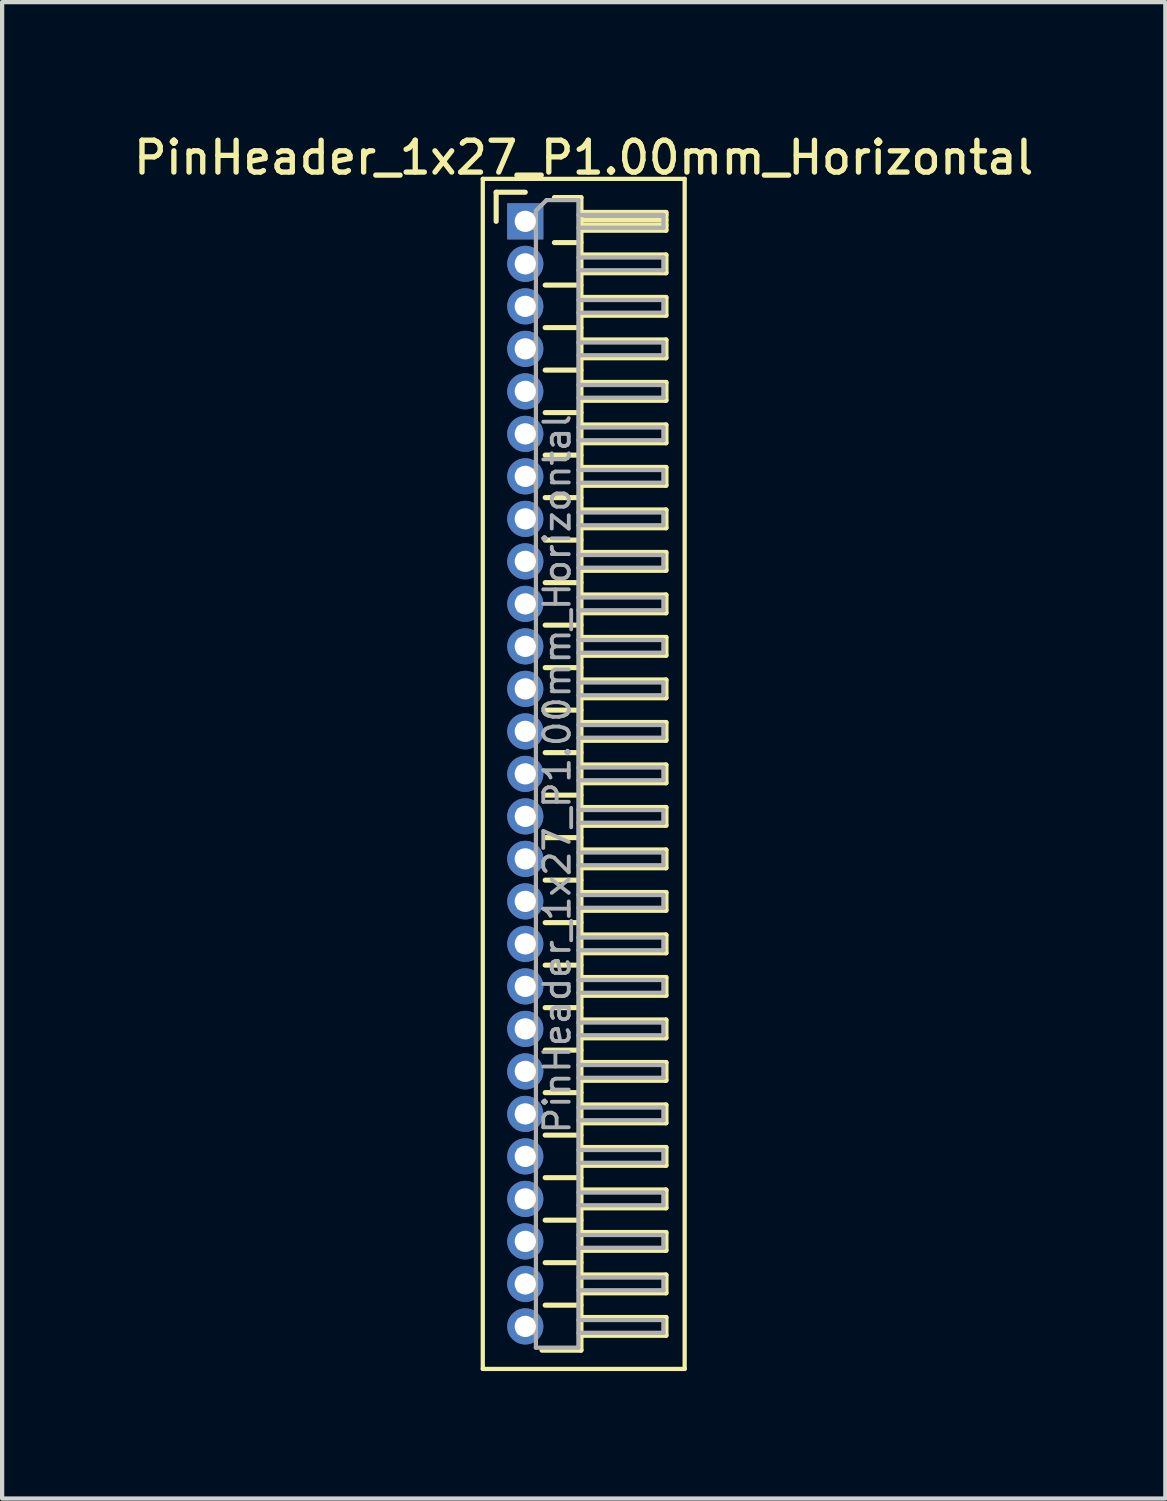
<source format=kicad_pcb>
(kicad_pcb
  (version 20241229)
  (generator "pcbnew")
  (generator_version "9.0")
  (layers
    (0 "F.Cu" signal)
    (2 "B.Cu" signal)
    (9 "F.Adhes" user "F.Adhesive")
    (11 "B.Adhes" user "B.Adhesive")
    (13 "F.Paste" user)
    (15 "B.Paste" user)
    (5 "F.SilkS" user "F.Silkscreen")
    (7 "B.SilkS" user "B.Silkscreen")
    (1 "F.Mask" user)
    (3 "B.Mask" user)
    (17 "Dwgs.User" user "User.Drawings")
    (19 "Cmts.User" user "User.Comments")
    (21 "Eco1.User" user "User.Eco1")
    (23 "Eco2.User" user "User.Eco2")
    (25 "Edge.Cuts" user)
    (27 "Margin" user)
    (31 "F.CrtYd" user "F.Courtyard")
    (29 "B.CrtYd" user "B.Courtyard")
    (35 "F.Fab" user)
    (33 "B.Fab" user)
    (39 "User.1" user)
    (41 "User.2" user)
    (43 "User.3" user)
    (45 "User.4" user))
  (footprint "PinHeader_1x27_P1.00mm_Horizontal"
    (layer "F.Cu")
    (at 9.309 2.158)
    (property "Reference" "PinHeader_1x27_P1.00mm_Horizontal" (at 1.375 -1.5 0) (layer "F.SilkS") (effects (font (size 0.75 0.75) (thickness 0.125))))
    (attr through_hole)
    (fp_line (start -1 -1) (end -1 27) (stroke (width 0.1) (type solid)) (layer "F.SilkS"))
    (fp_line (start -1 27) (end 3.75 27) (stroke (width 0.1) (type solid)) (layer "F.SilkS"))
    (fp_line (start -0.685 -0.685) (end 0 -0.685) (stroke (width 0.12) (type solid)) (layer "F.SilkS"))
    (fp_line (start -0.685 0) (end -0.685 -0.685) (stroke (width 0.12) (type solid)) (layer "F.SilkS"))
    (fp_line (start 0.468 1.5) (end 1.31 1.5) (stroke (width 0.12) (type solid)) (layer "F.SilkS"))
    (fp_line (start 0.468 2.5) (end 1.31 2.5) (stroke (width 0.12) (type solid)) (layer "F.SilkS"))
    (fp_line (start 0.468 3.5) (end 1.31 3.5) (stroke (width 0.12) (type solid)) (layer "F.SilkS"))
    (fp_line (start 0.468 4.5) (end 1.31 4.5) (stroke (width 0.12) (type solid)) (layer "F.SilkS"))
    (fp_line (start 0.468 5.5) (end 1.31 5.5) (stroke (width 0.12) (type solid)) (layer "F.SilkS"))
    (fp_line (start 0.468 6.5) (end 1.31 6.5) (stroke (width 0.12) (type solid)) (layer "F.SilkS"))
    (fp_line (start 0.468 7.5) (end 1.31 7.5) (stroke (width 0.12) (type solid)) (layer "F.SilkS"))
    (fp_line (start 0.468 8.5) (end 1.31 8.5) (stroke (width 0.12) (type solid)) (layer "F.SilkS"))
    (fp_line (start 0.468 9.5) (end 1.31 9.5) (stroke (width 0.12) (type solid)) (layer "F.SilkS"))
    (fp_line (start 0.468 10.5) (end 1.31 10.5) (stroke (width 0.12) (type solid)) (layer "F.SilkS"))
    (fp_line (start 0.468 11.5) (end 1.31 11.5) (stroke (width 0.12) (type solid)) (layer "F.SilkS"))
    (fp_line (start 0.468 12.5) (end 1.31 12.5) (stroke (width 0.12) (type solid)) (layer "F.SilkS"))
    (fp_line (start 0.468 13.5) (end 1.31 13.5) (stroke (width 0.12) (type solid)) (layer "F.SilkS"))
    (fp_line (start 0.468 14.5) (end 1.31 14.5) (stroke (width 0.12) (type solid)) (layer "F.SilkS"))
    (fp_line (start 0.468 15.5) (end 1.31 15.5) (stroke (width 0.12) (type solid)) (layer "F.SilkS"))
    (fp_line (start 0.468 16.5) (end 1.31 16.5) (stroke (width 0.12) (type solid)) (layer "F.SilkS"))
    (fp_line (start 0.468 17.5) (end 1.31 17.5) (stroke (width 0.12) (type solid)) (layer "F.SilkS"))
    (fp_line (start 0.468 18.5) (end 1.31 18.5) (stroke (width 0.12) (type solid)) (layer "F.SilkS"))
    (fp_line (start 0.468 19.5) (end 1.31 19.5) (stroke (width 0.12) (type solid)) (layer "F.SilkS"))
    (fp_line (start 0.468 20.5) (end 1.31 20.5) (stroke (width 0.12) (type solid)) (layer "F.SilkS"))
    (fp_line (start 0.468 21.5) (end 1.31 21.5) (stroke (width 0.12) (type solid)) (layer "F.SilkS"))
    (fp_line (start 0.468 22.5) (end 1.31 22.5) (stroke (width 0.12) (type solid)) (layer "F.SilkS"))
    (fp_line (start 0.468 23.5) (end 1.31 23.5) (stroke (width 0.12) (type solid)) (layer "F.SilkS"))
    (fp_line (start 0.468 24.5) (end 1.31 24.5) (stroke (width 0.12) (type solid)) (layer "F.SilkS"))
    (fp_line (start 0.468 25.5) (end 1.31 25.5) (stroke (width 0.12) (type solid)) (layer "F.SilkS"))
    (fp_line (start 0.685 -0.56) (end 1.31 -0.56) (stroke (width 0.12) (type solid)) (layer "F.SilkS"))
    (fp_line (start 0.685 0.5) (end 1.31 0.5) (stroke (width 0.12) (type solid)) (layer "F.SilkS"))
    (fp_line (start 1.31 -0.56) (end 1.31 26.56) (stroke (width 0.12) (type solid)) (layer "F.SilkS"))
    (fp_line (start 1.31 -0.21) (end 3.31 -0.21) (stroke (width 0.12) (type solid)) (layer "F.SilkS"))
    (fp_line (start 1.31 -0.15) (end 3.31 -0.15) (stroke (width 0.12) (type solid)) (layer "F.SilkS"))
    (fp_line (start 1.31 -0.03) (end 3.31 -0.03) (stroke (width 0.12) (type solid)) (layer "F.SilkS"))
    (fp_line (start 1.31 0.09) (end 3.31 0.09) (stroke (width 0.12) (type solid)) (layer "F.SilkS"))
    (fp_line (start 1.31 0.79) (end 3.31 0.79) (stroke (width 0.12) (type solid)) (layer "F.SilkS"))
    (fp_line (start 1.31 1.79) (end 3.31 1.79) (stroke (width 0.12) (type solid)) (layer "F.SilkS"))
    (fp_line (start 1.31 2.79) (end 3.31 2.79) (stroke (width 0.12) (type solid)) (layer "F.SilkS"))
    (fp_line (start 1.31 3.79) (end 3.31 3.79) (stroke (width 0.12) (type solid)) (layer "F.SilkS"))
    (fp_line (start 1.31 4.79) (end 3.31 4.79) (stroke (width 0.12) (type solid)) (layer "F.SilkS"))
    (fp_line (start 1.31 5.79) (end 3.31 5.79) (stroke (width 0.12) (type solid)) (layer "F.SilkS"))
    (fp_line (start 1.31 6.79) (end 3.31 6.79) (stroke (width 0.12) (type solid)) (layer "F.SilkS"))
    (fp_line (start 1.31 7.79) (end 3.31 7.79) (stroke (width 0.12) (type solid)) (layer "F.SilkS"))
    (fp_line (start 1.31 8.79) (end 3.31 8.79) (stroke (width 0.12) (type solid)) (layer "F.SilkS"))
    (fp_line (start 1.31 9.79) (end 3.31 9.79) (stroke (width 0.12) (type solid)) (layer "F.SilkS"))
    (fp_line (start 1.31 10.79) (end 3.31 10.79) (stroke (width 0.12) (type solid)) (layer "F.SilkS"))
    (fp_line (start 1.31 11.79) (end 3.31 11.79) (stroke (width 0.12) (type solid)) (layer "F.SilkS"))
    (fp_line (start 1.31 12.79) (end 3.31 12.79) (stroke (width 0.12) (type solid)) (layer "F.SilkS"))
    (fp_line (start 1.31 13.79) (end 3.31 13.79) (stroke (width 0.12) (type solid)) (layer "F.SilkS"))
    (fp_line (start 1.31 14.79) (end 3.31 14.79) (stroke (width 0.12) (type solid)) (layer "F.SilkS"))
    (fp_line (start 1.31 15.79) (end 3.31 15.79) (stroke (width 0.12) (type solid)) (layer "F.SilkS"))
    (fp_line (start 1.31 16.79) (end 3.31 16.79) (stroke (width 0.12) (type solid)) (layer "F.SilkS"))
    (fp_line (start 1.31 17.79) (end 3.31 17.79) (stroke (width 0.12) (type solid)) (layer "F.SilkS"))
    (fp_line (start 1.31 18.79) (end 3.31 18.79) (stroke (width 0.12) (type solid)) (layer "F.SilkS"))
    (fp_line (start 1.31 19.79) (end 3.31 19.79) (stroke (width 0.12) (type solid)) (layer "F.SilkS"))
    (fp_line (start 1.31 20.79) (end 3.31 20.79) (stroke (width 0.12) (type solid)) (layer "F.SilkS"))
    (fp_line (start 1.31 21.79) (end 3.31 21.79) (stroke (width 0.12) (type solid)) (layer "F.SilkS"))
    (fp_line (start 1.31 22.79) (end 3.31 22.79) (stroke (width 0.12) (type solid)) (layer "F.SilkS"))
    (fp_line (start 1.31 23.79) (end 3.31 23.79) (stroke (width 0.12) (type solid)) (layer "F.SilkS"))
    (fp_line (start 1.31 24.79) (end 3.31 24.79) (stroke (width 0.12) (type solid)) (layer "F.SilkS"))
    (fp_line (start 1.31 25.79) (end 3.31 25.79) (stroke (width 0.12) (type solid)) (layer "F.SilkS"))
    (fp_line (start 1.31 26.56) (end 0.394 26.56) (stroke (width 0.12) (type solid)) (layer "F.SilkS"))
    (fp_line (start 3.31 -0.21) (end 3.31 0.21) (stroke (width 0.12) (type solid)) (layer "F.SilkS"))
    (fp_line (start 3.31 0.21) (end 1.31 0.21) (stroke (width 0.12) (type solid)) (layer "F.SilkS"))
    (fp_line (start 3.31 0.79) (end 3.31 1.21) (stroke (width 0.12) (type solid)) (layer "F.SilkS"))
    (fp_line (start 3.31 1.21) (end 1.31 1.21) (stroke (width 0.12) (type solid)) (layer "F.SilkS"))
    (fp_line (start 3.31 1.79) (end 3.31 2.21) (stroke (width 0.12) (type solid)) (layer "F.SilkS"))
    (fp_line (start 3.31 2.21) (end 1.31 2.21) (stroke (width 0.12) (type solid)) (layer "F.SilkS"))
    (fp_line (start 3.31 2.79) (end 3.31 3.21) (stroke (width 0.12) (type solid)) (layer "F.SilkS"))
    (fp_line (start 3.31 3.21) (end 1.31 3.21) (stroke (width 0.12) (type solid)) (layer "F.SilkS"))
    (fp_line (start 3.31 3.79) (end 3.31 4.21) (stroke (width 0.12) (type solid)) (layer "F.SilkS"))
    (fp_line (start 3.31 4.21) (end 1.31 4.21) (stroke (width 0.12) (type solid)) (layer "F.SilkS"))
    (fp_line (start 3.31 4.79) (end 3.31 5.21) (stroke (width 0.12) (type solid)) (layer "F.SilkS"))
    (fp_line (start 3.31 5.21) (end 1.31 5.21) (stroke (width 0.12) (type solid)) (layer "F.SilkS"))
    (fp_line (start 3.31 5.79) (end 3.31 6.21) (stroke (width 0.12) (type solid)) (layer "F.SilkS"))
    (fp_line (start 3.31 6.21) (end 1.31 6.21) (stroke (width 0.12) (type solid)) (layer "F.SilkS"))
    (fp_line (start 3.31 6.79) (end 3.31 7.21) (stroke (width 0.12) (type solid)) (layer "F.SilkS"))
    (fp_line (start 3.31 7.21) (end 1.31 7.21) (stroke (width 0.12) (type solid)) (layer "F.SilkS"))
    (fp_line (start 3.31 7.79) (end 3.31 8.21) (stroke (width 0.12) (type solid)) (layer "F.SilkS"))
    (fp_line (start 3.31 8.21) (end 1.31 8.21) (stroke (width 0.12) (type solid)) (layer "F.SilkS"))
    (fp_line (start 3.31 8.79) (end 3.31 9.21) (stroke (width 0.12) (type solid)) (layer "F.SilkS"))
    (fp_line (start 3.31 9.21) (end 1.31 9.21) (stroke (width 0.12) (type solid)) (layer "F.SilkS"))
    (fp_line (start 3.31 9.79) (end 3.31 10.21) (stroke (width 0.12) (type solid)) (layer "F.SilkS"))
    (fp_line (start 3.31 10.21) (end 1.31 10.21) (stroke (width 0.12) (type solid)) (layer "F.SilkS"))
    (fp_line (start 3.31 10.79) (end 3.31 11.21) (stroke (width 0.12) (type solid)) (layer "F.SilkS"))
    (fp_line (start 3.31 11.21) (end 1.31 11.21) (stroke (width 0.12) (type solid)) (layer "F.SilkS"))
    (fp_line (start 3.31 11.79) (end 3.31 12.21) (stroke (width 0.12) (type solid)) (layer "F.SilkS"))
    (fp_line (start 3.31 12.21) (end 1.31 12.21) (stroke (width 0.12) (type solid)) (layer "F.SilkS"))
    (fp_line (start 3.31 12.79) (end 3.31 13.21) (stroke (width 0.12) (type solid)) (layer "F.SilkS"))
    (fp_line (start 3.31 13.21) (end 1.31 13.21) (stroke (width 0.12) (type solid)) (layer "F.SilkS"))
    (fp_line (start 3.31 13.79) (end 3.31 14.21) (stroke (width 0.12) (type solid)) (layer "F.SilkS"))
    (fp_line (start 3.31 14.21) (end 1.31 14.21) (stroke (width 0.12) (type solid)) (layer "F.SilkS"))
    (fp_line (start 3.31 14.79) (end 3.31 15.21) (stroke (width 0.12) (type solid)) (layer "F.SilkS"))
    (fp_line (start 3.31 15.21) (end 1.31 15.21) (stroke (width 0.12) (type solid)) (layer "F.SilkS"))
    (fp_line (start 3.31 15.79) (end 3.31 16.21) (stroke (width 0.12) (type solid)) (layer "F.SilkS"))
    (fp_line (start 3.31 16.21) (end 1.31 16.21) (stroke (width 0.12) (type solid)) (layer "F.SilkS"))
    (fp_line (start 3.31 16.79) (end 3.31 17.21) (stroke (width 0.12) (type solid)) (layer "F.SilkS"))
    (fp_line (start 3.31 17.21) (end 1.31 17.21) (stroke (width 0.12) (type solid)) (layer "F.SilkS"))
    (fp_line (start 3.31 17.79) (end 3.31 18.21) (stroke (width 0.12) (type solid)) (layer "F.SilkS"))
    (fp_line (start 3.31 18.21) (end 1.31 18.21) (stroke (width 0.12) (type solid)) (layer "F.SilkS"))
    (fp_line (start 3.31 18.79) (end 3.31 19.21) (stroke (width 0.12) (type solid)) (layer "F.SilkS"))
    (fp_line (start 3.31 19.21) (end 1.31 19.21) (stroke (width 0.12) (type solid)) (layer "F.SilkS"))
    (fp_line (start 3.31 19.79) (end 3.31 20.21) (stroke (width 0.12) (type solid)) (layer "F.SilkS"))
    (fp_line (start 3.31 20.21) (end 1.31 20.21) (stroke (width 0.12) (type solid)) (layer "F.SilkS"))
    (fp_line (start 3.31 20.79) (end 3.31 21.21) (stroke (width 0.12) (type solid)) (layer "F.SilkS"))
    (fp_line (start 3.31 21.21) (end 1.31 21.21) (stroke (width 0.12) (type solid)) (layer "F.SilkS"))
    (fp_line (start 3.31 21.79) (end 3.31 22.21) (stroke (width 0.12) (type solid)) (layer "F.SilkS"))
    (fp_line (start 3.31 22.21) (end 1.31 22.21) (stroke (width 0.12) (type solid)) (layer "F.SilkS"))
    (fp_line (start 3.31 22.79) (end 3.31 23.21) (stroke (width 0.12) (type solid)) (layer "F.SilkS"))
    (fp_line (start 3.31 23.21) (end 1.31 23.21) (stroke (width 0.12) (type solid)) (layer "F.SilkS"))
    (fp_line (start 3.31 23.79) (end 3.31 24.21) (stroke (width 0.12) (type solid)) (layer "F.SilkS"))
    (fp_line (start 3.31 24.21) (end 1.31 24.21) (stroke (width 0.12) (type solid)) (layer "F.SilkS"))
    (fp_line (start 3.31 24.79) (end 3.31 25.21) (stroke (width 0.12) (type solid)) (layer "F.SilkS"))
    (fp_line (start 3.31 25.21) (end 1.31 25.21) (stroke (width 0.12) (type solid)) (layer "F.SilkS"))
    (fp_line (start 3.31 25.79) (end 3.31 26.21) (stroke (width 0.12) (type solid)) (layer "F.SilkS"))
    (fp_line (start 3.31 26.21) (end 1.31 26.21) (stroke (width 0.12) (type solid)) (layer "F.SilkS"))
    (fp_line (start 3.75 -1) (end -1 -1) (stroke (width 0.1) (type solid)) (layer "F.SilkS"))
    (fp_line (start 3.75 27) (end 3.75 -1) (stroke (width 0.1) (type solid)) (layer "F.SilkS"))
    (fp_line (start -0.15 -0.15) (end -0.15 0.15) (stroke (width 0.1) (type solid)) (layer "F.Fab"))
    (fp_line (start -0.15 -0.15) (end 0.25 -0.15) (stroke (width 0.1) (type solid)) (layer "F.Fab"))
    (fp_line (start -0.15 0.15) (end 0.25 0.15) (stroke (width 0.1) (type solid)) (layer "F.Fab"))
    (fp_line (start -0.15 0.85) (end -0.15 1.15) (stroke (width 0.1) (type solid)) (layer "F.Fab"))
    (fp_line (start -0.15 0.85) (end 0.25 0.85) (stroke (width 0.1) (type solid)) (layer "F.Fab"))
    (fp_line (start -0.15 1.15) (end 0.25 1.15) (stroke (width 0.1) (type solid)) (layer "F.Fab"))
    (fp_line (start -0.15 1.85) (end -0.15 2.15) (stroke (width 0.1) (type solid)) (layer "F.Fab"))
    (fp_line (start -0.15 1.85) (end 0.25 1.85) (stroke (width 0.1) (type solid)) (layer "F.Fab"))
    (fp_line (start -0.15 2.15) (end 0.25 2.15) (stroke (width 0.1) (type solid)) (layer "F.Fab"))
    (fp_line (start -0.15 2.85) (end -0.15 3.15) (stroke (width 0.1) (type solid)) (layer "F.Fab"))
    (fp_line (start -0.15 2.85) (end 0.25 2.85) (stroke (width 0.1) (type solid)) (layer "F.Fab"))
    (fp_line (start -0.15 3.15) (end 0.25 3.15) (stroke (width 0.1) (type solid)) (layer "F.Fab"))
    (fp_line (start -0.15 3.85) (end -0.15 4.15) (stroke (width 0.1) (type solid)) (layer "F.Fab"))
    (fp_line (start -0.15 3.85) (end 0.25 3.85) (stroke (width 0.1) (type solid)) (layer "F.Fab"))
    (fp_line (start -0.15 4.15) (end 0.25 4.15) (stroke (width 0.1) (type solid)) (layer "F.Fab"))
    (fp_line (start -0.15 4.85) (end -0.15 5.15) (stroke (width 0.1) (type solid)) (layer "F.Fab"))
    (fp_line (start -0.15 4.85) (end 0.25 4.85) (stroke (width 0.1) (type solid)) (layer "F.Fab"))
    (fp_line (start -0.15 5.15) (end 0.25 5.15) (stroke (width 0.1) (type solid)) (layer "F.Fab"))
    (fp_line (start -0.15 5.85) (end -0.15 6.15) (stroke (width 0.1) (type solid)) (layer "F.Fab"))
    (fp_line (start -0.15 5.85) (end 0.25 5.85) (stroke (width 0.1) (type solid)) (layer "F.Fab"))
    (fp_line (start -0.15 6.15) (end 0.25 6.15) (stroke (width 0.1) (type solid)) (layer "F.Fab"))
    (fp_line (start -0.15 6.85) (end -0.15 7.15) (stroke (width 0.1) (type solid)) (layer "F.Fab"))
    (fp_line (start -0.15 6.85) (end 0.25 6.85) (stroke (width 0.1) (type solid)) (layer "F.Fab"))
    (fp_line (start -0.15 7.15) (end 0.25 7.15) (stroke (width 0.1) (type solid)) (layer "F.Fab"))
    (fp_line (start -0.15 7.85) (end -0.15 8.15) (stroke (width 0.1) (type solid)) (layer "F.Fab"))
    (fp_line (start -0.15 7.85) (end 0.25 7.85) (stroke (width 0.1) (type solid)) (layer "F.Fab"))
    (fp_line (start -0.15 8.15) (end 0.25 8.15) (stroke (width 0.1) (type solid)) (layer "F.Fab"))
    (fp_line (start -0.15 8.85) (end -0.15 9.15) (stroke (width 0.1) (type solid)) (layer "F.Fab"))
    (fp_line (start -0.15 8.85) (end 0.25 8.85) (stroke (width 0.1) (type solid)) (layer "F.Fab"))
    (fp_line (start -0.15 9.15) (end 0.25 9.15) (stroke (width 0.1) (type solid)) (layer "F.Fab"))
    (fp_line (start -0.15 9.85) (end -0.15 10.15) (stroke (width 0.1) (type solid)) (layer "F.Fab"))
    (fp_line (start -0.15 9.85) (end 0.25 9.85) (stroke (width 0.1) (type solid)) (layer "F.Fab"))
    (fp_line (start -0.15 10.15) (end 0.25 10.15) (stroke (width 0.1) (type solid)) (layer "F.Fab"))
    (fp_line (start -0.15 10.85) (end -0.15 11.15) (stroke (width 0.1) (type solid)) (layer "F.Fab"))
    (fp_line (start -0.15 10.85) (end 0.25 10.85) (stroke (width 0.1) (type solid)) (layer "F.Fab"))
    (fp_line (start -0.15 11.15) (end 0.25 11.15) (stroke (width 0.1) (type solid)) (layer "F.Fab"))
    (fp_line (start -0.15 11.85) (end -0.15 12.15) (stroke (width 0.1) (type solid)) (layer "F.Fab"))
    (fp_line (start -0.15 11.85) (end 0.25 11.85) (stroke (width 0.1) (type solid)) (layer "F.Fab"))
    (fp_line (start -0.15 12.15) (end 0.25 12.15) (stroke (width 0.1) (type solid)) (layer "F.Fab"))
    (fp_line (start -0.15 12.85) (end -0.15 13.15) (stroke (width 0.1) (type solid)) (layer "F.Fab"))
    (fp_line (start -0.15 12.85) (end 0.25 12.85) (stroke (width 0.1) (type solid)) (layer "F.Fab"))
    (fp_line (start -0.15 13.15) (end 0.25 13.15) (stroke (width 0.1) (type solid)) (layer "F.Fab"))
    (fp_line (start -0.15 13.85) (end -0.15 14.15) (stroke (width 0.1) (type solid)) (layer "F.Fab"))
    (fp_line (start -0.15 13.85) (end 0.25 13.85) (stroke (width 0.1) (type solid)) (layer "F.Fab"))
    (fp_line (start -0.15 14.15) (end 0.25 14.15) (stroke (width 0.1) (type solid)) (layer "F.Fab"))
    (fp_line (start -0.15 14.85) (end -0.15 15.15) (stroke (width 0.1) (type solid)) (layer "F.Fab"))
    (fp_line (start -0.15 14.85) (end 0.25 14.85) (stroke (width 0.1) (type solid)) (layer "F.Fab"))
    (fp_line (start -0.15 15.15) (end 0.25 15.15) (stroke (width 0.1) (type solid)) (layer "F.Fab"))
    (fp_line (start -0.15 15.85) (end -0.15 16.15) (stroke (width 0.1) (type solid)) (layer "F.Fab"))
    (fp_line (start -0.15 15.85) (end 0.25 15.85) (stroke (width 0.1) (type solid)) (layer "F.Fab"))
    (fp_line (start -0.15 16.15) (end 0.25 16.15) (stroke (width 0.1) (type solid)) (layer "F.Fab"))
    (fp_line (start -0.15 16.85) (end -0.15 17.15) (stroke (width 0.1) (type solid)) (layer "F.Fab"))
    (fp_line (start -0.15 16.85) (end 0.25 16.85) (stroke (width 0.1) (type solid)) (layer "F.Fab"))
    (fp_line (start -0.15 17.15) (end 0.25 17.15) (stroke (width 0.1) (type solid)) (layer "F.Fab"))
    (fp_line (start -0.15 17.85) (end -0.15 18.15) (stroke (width 0.1) (type solid)) (layer "F.Fab"))
    (fp_line (start -0.15 17.85) (end 0.25 17.85) (stroke (width 0.1) (type solid)) (layer "F.Fab"))
    (fp_line (start -0.15 18.15) (end 0.25 18.15) (stroke (width 0.1) (type solid)) (layer "F.Fab"))
    (fp_line (start -0.15 18.85) (end -0.15 19.15) (stroke (width 0.1) (type solid)) (layer "F.Fab"))
    (fp_line (start -0.15 18.85) (end 0.25 18.85) (stroke (width 0.1) (type solid)) (layer "F.Fab"))
    (fp_line (start -0.15 19.15) (end 0.25 19.15) (stroke (width 0.1) (type solid)) (layer "F.Fab"))
    (fp_line (start -0.15 19.85) (end -0.15 20.15) (stroke (width 0.1) (type solid)) (layer "F.Fab"))
    (fp_line (start -0.15 19.85) (end 0.25 19.85) (stroke (width 0.1) (type solid)) (layer "F.Fab"))
    (fp_line (start -0.15 20.15) (end 0.25 20.15) (stroke (width 0.1) (type solid)) (layer "F.Fab"))
    (fp_line (start -0.15 20.85) (end -0.15 21.15) (stroke (width 0.1) (type solid)) (layer "F.Fab"))
    (fp_line (start -0.15 20.85) (end 0.25 20.85) (stroke (width 0.1) (type solid)) (layer "F.Fab"))
    (fp_line (start -0.15 21.15) (end 0.25 21.15) (stroke (width 0.1) (type solid)) (layer "F.Fab"))
    (fp_line (start -0.15 21.85) (end -0.15 22.15) (stroke (width 0.1) (type solid)) (layer "F.Fab"))
    (fp_line (start -0.15 21.85) (end 0.25 21.85) (stroke (width 0.1) (type solid)) (layer "F.Fab"))
    (fp_line (start -0.15 22.15) (end 0.25 22.15) (stroke (width 0.1) (type solid)) (layer "F.Fab"))
    (fp_line (start -0.15 22.85) (end -0.15 23.15) (stroke (width 0.1) (type solid)) (layer "F.Fab"))
    (fp_line (start -0.15 22.85) (end 0.25 22.85) (stroke (width 0.1) (type solid)) (layer "F.Fab"))
    (fp_line (start -0.15 23.15) (end 0.25 23.15) (stroke (width 0.1) (type solid)) (layer "F.Fab"))
    (fp_line (start -0.15 23.85) (end -0.15 24.15) (stroke (width 0.1) (type solid)) (layer "F.Fab"))
    (fp_line (start -0.15 23.85) (end 0.25 23.85) (stroke (width 0.1) (type solid)) (layer "F.Fab"))
    (fp_line (start -0.15 24.15) (end 0.25 24.15) (stroke (width 0.1) (type solid)) (layer "F.Fab"))
    (fp_line (start -0.15 24.85) (end -0.15 25.15) (stroke (width 0.1) (type solid)) (layer "F.Fab"))
    (fp_line (start -0.15 24.85) (end 0.25 24.85) (stroke (width 0.1) (type solid)) (layer "F.Fab"))
    (fp_line (start -0.15 25.15) (end 0.25 25.15) (stroke (width 0.1) (type solid)) (layer "F.Fab"))
    (fp_line (start -0.15 25.85) (end -0.15 26.15) (stroke (width 0.1) (type solid)) (layer "F.Fab"))
    (fp_line (start -0.15 25.85) (end 0.25 25.85) (stroke (width 0.1) (type solid)) (layer "F.Fab"))
    (fp_line (start -0.15 26.15) (end 0.25 26.15) (stroke (width 0.1) (type solid)) (layer "F.Fab"))
    (fp_line (start 0.25 -0.25) (end 0.5 -0.5) (stroke (width 0.1) (type solid)) (layer "F.Fab"))
    (fp_line (start 0.25 26.5) (end 0.25 -0.25) (stroke (width 0.1) (type solid)) (layer "F.Fab"))
    (fp_line (start 0.5 -0.5) (end 1.25 -0.5) (stroke (width 0.1) (type solid)) (layer "F.Fab"))
    (fp_line (start 1.25 -0.5) (end 1.25 26.5) (stroke (width 0.1) (type solid)) (layer "F.Fab"))
    (fp_line (start 1.25 -0.15) (end 3.25 -0.15) (stroke (width 0.1) (type solid)) (layer "F.Fab"))
    (fp_line (start 1.25 0.15) (end 3.25 0.15) (stroke (width 0.1) (type solid)) (layer "F.Fab"))
    (fp_line (start 1.25 0.85) (end 3.25 0.85) (stroke (width 0.1) (type solid)) (layer "F.Fab"))
    (fp_line (start 1.25 1.15) (end 3.25 1.15) (stroke (width 0.1) (type solid)) (layer "F.Fab"))
    (fp_line (start 1.25 1.85) (end 3.25 1.85) (stroke (width 0.1) (type solid)) (layer "F.Fab"))
    (fp_line (start 1.25 2.15) (end 3.25 2.15) (stroke (width 0.1) (type solid)) (layer "F.Fab"))
    (fp_line (start 1.25 2.85) (end 3.25 2.85) (stroke (width 0.1) (type solid)) (layer "F.Fab"))
    (fp_line (start 1.25 3.15) (end 3.25 3.15) (stroke (width 0.1) (type solid)) (layer "F.Fab"))
    (fp_line (start 1.25 3.85) (end 3.25 3.85) (stroke (width 0.1) (type solid)) (layer "F.Fab"))
    (fp_line (start 1.25 4.15) (end 3.25 4.15) (stroke (width 0.1) (type solid)) (layer "F.Fab"))
    (fp_line (start 1.25 4.85) (end 3.25 4.85) (stroke (width 0.1) (type solid)) (layer "F.Fab"))
    (fp_line (start 1.25 5.15) (end 3.25 5.15) (stroke (width 0.1) (type solid)) (layer "F.Fab"))
    (fp_line (start 1.25 5.85) (end 3.25 5.85) (stroke (width 0.1) (type solid)) (layer "F.Fab"))
    (fp_line (start 1.25 6.15) (end 3.25 6.15) (stroke (width 0.1) (type solid)) (layer "F.Fab"))
    (fp_line (start 1.25 6.85) (end 3.25 6.85) (stroke (width 0.1) (type solid)) (layer "F.Fab"))
    (fp_line (start 1.25 7.15) (end 3.25 7.15) (stroke (width 0.1) (type solid)) (layer "F.Fab"))
    (fp_line (start 1.25 7.85) (end 3.25 7.85) (stroke (width 0.1) (type solid)) (layer "F.Fab"))
    (fp_line (start 1.25 8.15) (end 3.25 8.15) (stroke (width 0.1) (type solid)) (layer "F.Fab"))
    (fp_line (start 1.25 8.85) (end 3.25 8.85) (stroke (width 0.1) (type solid)) (layer "F.Fab"))
    (fp_line (start 1.25 9.15) (end 3.25 9.15) (stroke (width 0.1) (type solid)) (layer "F.Fab"))
    (fp_line (start 1.25 9.85) (end 3.25 9.85) (stroke (width 0.1) (type solid)) (layer "F.Fab"))
    (fp_line (start 1.25 10.15) (end 3.25 10.15) (stroke (width 0.1) (type solid)) (layer "F.Fab"))
    (fp_line (start 1.25 10.85) (end 3.25 10.85) (stroke (width 0.1) (type solid)) (layer "F.Fab"))
    (fp_line (start 1.25 11.15) (end 3.25 11.15) (stroke (width 0.1) (type solid)) (layer "F.Fab"))
    (fp_line (start 1.25 11.85) (end 3.25 11.85) (stroke (width 0.1) (type solid)) (layer "F.Fab"))
    (fp_line (start 1.25 12.15) (end 3.25 12.15) (stroke (width 0.1) (type solid)) (layer "F.Fab"))
    (fp_line (start 1.25 12.85) (end 3.25 12.85) (stroke (width 0.1) (type solid)) (layer "F.Fab"))
    (fp_line (start 1.25 13.15) (end 3.25 13.15) (stroke (width 0.1) (type solid)) (layer "F.Fab"))
    (fp_line (start 1.25 13.85) (end 3.25 13.85) (stroke (width 0.1) (type solid)) (layer "F.Fab"))
    (fp_line (start 1.25 14.15) (end 3.25 14.15) (stroke (width 0.1) (type solid)) (layer "F.Fab"))
    (fp_line (start 1.25 14.85) (end 3.25 14.85) (stroke (width 0.1) (type solid)) (layer "F.Fab"))
    (fp_line (start 1.25 15.15) (end 3.25 15.15) (stroke (width 0.1) (type solid)) (layer "F.Fab"))
    (fp_line (start 1.25 15.85) (end 3.25 15.85) (stroke (width 0.1) (type solid)) (layer "F.Fab"))
    (fp_line (start 1.25 16.15) (end 3.25 16.15) (stroke (width 0.1) (type solid)) (layer "F.Fab"))
    (fp_line (start 1.25 16.85) (end 3.25 16.85) (stroke (width 0.1) (type solid)) (layer "F.Fab"))
    (fp_line (start 1.25 17.15) (end 3.25 17.15) (stroke (width 0.1) (type solid)) (layer "F.Fab"))
    (fp_line (start 1.25 17.85) (end 3.25 17.85) (stroke (width 0.1) (type solid)) (layer "F.Fab"))
    (fp_line (start 1.25 18.15) (end 3.25 18.15) (stroke (width 0.1) (type solid)) (layer "F.Fab"))
    (fp_line (start 1.25 18.85) (end 3.25 18.85) (stroke (width 0.1) (type solid)) (layer "F.Fab"))
    (fp_line (start 1.25 19.15) (end 3.25 19.15) (stroke (width 0.1) (type solid)) (layer "F.Fab"))
    (fp_line (start 1.25 19.85) (end 3.25 19.85) (stroke (width 0.1) (type solid)) (layer "F.Fab"))
    (fp_line (start 1.25 20.15) (end 3.25 20.15) (stroke (width 0.1) (type solid)) (layer "F.Fab"))
    (fp_line (start 1.25 20.85) (end 3.25 20.85) (stroke (width 0.1) (type solid)) (layer "F.Fab"))
    (fp_line (start 1.25 21.15) (end 3.25 21.15) (stroke (width 0.1) (type solid)) (layer "F.Fab"))
    (fp_line (start 1.25 21.85) (end 3.25 21.85) (stroke (width 0.1) (type solid)) (layer "F.Fab"))
    (fp_line (start 1.25 22.15) (end 3.25 22.15) (stroke (width 0.1) (type solid)) (layer "F.Fab"))
    (fp_line (start 1.25 22.85) (end 3.25 22.85) (stroke (width 0.1) (type solid)) (layer "F.Fab"))
    (fp_line (start 1.25 23.15) (end 3.25 23.15) (stroke (width 0.1) (type solid)) (layer "F.Fab"))
    (fp_line (start 1.25 23.85) (end 3.25 23.85) (stroke (width 0.1) (type solid)) (layer "F.Fab"))
    (fp_line (start 1.25 24.15) (end 3.25 24.15) (stroke (width 0.1) (type solid)) (layer "F.Fab"))
    (fp_line (start 1.25 24.85) (end 3.25 24.85) (stroke (width 0.1) (type solid)) (layer "F.Fab"))
    (fp_line (start 1.25 25.15) (end 3.25 25.15) (stroke (width 0.1) (type solid)) (layer "F.Fab"))
    (fp_line (start 1.25 25.85) (end 3.25 25.85) (stroke (width 0.1) (type solid)) (layer "F.Fab"))
    (fp_line (start 1.25 26.15) (end 3.25 26.15) (stroke (width 0.1) (type solid)) (layer "F.Fab"))
    (fp_line (start 1.25 26.5) (end 0.25 26.5) (stroke (width 0.1) (type solid)) (layer "F.Fab"))
    (fp_line (start 3.25 -0.15) (end 3.25 0.15) (stroke (width 0.1) (type solid)) (layer "F.Fab"))
    (fp_line (start 3.25 0.85) (end 3.25 1.15) (stroke (width 0.1) (type solid)) (layer "F.Fab"))
    (fp_line (start 3.25 1.85) (end 3.25 2.15) (stroke (width 0.1) (type solid)) (layer "F.Fab"))
    (fp_line (start 3.25 2.85) (end 3.25 3.15) (stroke (width 0.1) (type solid)) (layer "F.Fab"))
    (fp_line (start 3.25 3.85) (end 3.25 4.15) (stroke (width 0.1) (type solid)) (layer "F.Fab"))
    (fp_line (start 3.25 4.85) (end 3.25 5.15) (stroke (width 0.1) (type solid)) (layer "F.Fab"))
    (fp_line (start 3.25 5.85) (end 3.25 6.15) (stroke (width 0.1) (type solid)) (layer "F.Fab"))
    (fp_line (start 3.25 6.85) (end 3.25 7.15) (stroke (width 0.1) (type solid)) (layer "F.Fab"))
    (fp_line (start 3.25 7.85) (end 3.25 8.15) (stroke (width 0.1) (type solid)) (layer "F.Fab"))
    (fp_line (start 3.25 8.85) (end 3.25 9.15) (stroke (width 0.1) (type solid)) (layer "F.Fab"))
    (fp_line (start 3.25 9.85) (end 3.25 10.15) (stroke (width 0.1) (type solid)) (layer "F.Fab"))
    (fp_line (start 3.25 10.85) (end 3.25 11.15) (stroke (width 0.1) (type solid)) (layer "F.Fab"))
    (fp_line (start 3.25 11.85) (end 3.25 12.15) (stroke (width 0.1) (type solid)) (layer "F.Fab"))
    (fp_line (start 3.25 12.85) (end 3.25 13.15) (stroke (width 0.1) (type solid)) (layer "F.Fab"))
    (fp_line (start 3.25 13.85) (end 3.25 14.15) (stroke (width 0.1) (type solid)) (layer "F.Fab"))
    (fp_line (start 3.25 14.85) (end 3.25 15.15) (stroke (width 0.1) (type solid)) (layer "F.Fab"))
    (fp_line (start 3.25 15.85) (end 3.25 16.15) (stroke (width 0.1) (type solid)) (layer "F.Fab"))
    (fp_line (start 3.25 16.85) (end 3.25 17.15) (stroke (width 0.1) (type solid)) (layer "F.Fab"))
    (fp_line (start 3.25 17.85) (end 3.25 18.15) (stroke (width 0.1) (type solid)) (layer "F.Fab"))
    (fp_line (start 3.25 18.85) (end 3.25 19.15) (stroke (width 0.1) (type solid)) (layer "F.Fab"))
    (fp_line (start 3.25 19.85) (end 3.25 20.15) (stroke (width 0.1) (type solid)) (layer "F.Fab"))
    (fp_line (start 3.25 20.85) (end 3.25 21.15) (stroke (width 0.1) (type solid)) (layer "F.Fab"))
    (fp_line (start 3.25 21.85) (end 3.25 22.15) (stroke (width 0.1) (type solid)) (layer "F.Fab"))
    (fp_line (start 3.25 22.85) (end 3.25 23.15) (stroke (width 0.1) (type solid)) (layer "F.Fab"))
    (fp_line (start 3.25 23.85) (end 3.25 24.15) (stroke (width 0.1) (type solid)) (layer "F.Fab"))
    (fp_line (start 3.25 24.85) (end 3.25 25.15) (stroke (width 0.1) (type solid)) (layer "F.Fab"))
    (fp_line (start 3.25 25.85) (end 3.25 26.15) (stroke (width 0.1) (type solid)) (layer "F.Fab"))
    (fp_text user "${REFERENCE}" (at 0.75 13 90) (layer "F.Fab") (effects (font (size 0.6 0.6) (thickness 0.09))))
    (pad "1" thru_hole rect (at 0 0) (size 0.85 0.85) (drill 0.5) (layers "*.Cu" "*.Mask"))
    (pad "2" thru_hole oval (at 0 1) (size 0.85 0.85) (drill 0.5) (layers "*.Cu" "*.Mask"))
    (pad "3" thru_hole oval (at 0 2) (size 0.85 0.85) (drill 0.5) (layers "*.Cu" "*.Mask"))
    (pad "4" thru_hole oval (at 0 3) (size 0.85 0.85) (drill 0.5) (layers "*.Cu" "*.Mask"))
    (pad "5" thru_hole oval (at 0 4) (size 0.85 0.85) (drill 0.5) (layers "*.Cu" "*.Mask"))
    (pad "6" thru_hole oval (at 0 5) (size 0.85 0.85) (drill 0.5) (layers "*.Cu" "*.Mask"))
    (pad "7" thru_hole oval (at 0 6) (size 0.85 0.85) (drill 0.5) (layers "*.Cu" "*.Mask"))
    (pad "8" thru_hole oval (at 0 7) (size 0.85 0.85) (drill 0.5) (layers "*.Cu" "*.Mask"))
    (pad "9" thru_hole oval (at 0 8) (size 0.85 0.85) (drill 0.5) (layers "*.Cu" "*.Mask"))
    (pad "10" thru_hole oval (at 0 9) (size 0.85 0.85) (drill 0.5) (layers "*.Cu" "*.Mask"))
    (pad "11" thru_hole oval (at 0 10) (size 0.85 0.85) (drill 0.5) (layers "*.Cu" "*.Mask"))
    (pad "12" thru_hole oval (at 0 11) (size 0.85 0.85) (drill 0.5) (layers "*.Cu" "*.Mask"))
    (pad "13" thru_hole oval (at 0 12) (size 0.85 0.85) (drill 0.5) (layers "*.Cu" "*.Mask"))
    (pad "14" thru_hole oval (at 0 13) (size 0.85 0.85) (drill 0.5) (layers "*.Cu" "*.Mask"))
    (pad "15" thru_hole oval (at 0 14) (size 0.85 0.85) (drill 0.5) (layers "*.Cu" "*.Mask"))
    (pad "16" thru_hole oval (at 0 15) (size 0.85 0.85) (drill 0.5) (layers "*.Cu" "*.Mask"))
    (pad "17" thru_hole oval (at 0 16) (size 0.85 0.85) (drill 0.5) (layers "*.Cu" "*.Mask"))
    (pad "18" thru_hole oval (at 0 17) (size 0.85 0.85) (drill 0.5) (layers "*.Cu" "*.Mask"))
    (pad "19" thru_hole oval (at 0 18) (size 0.85 0.85) (drill 0.5) (layers "*.Cu" "*.Mask"))
    (pad "20" thru_hole oval (at 0 19) (size 0.85 0.85) (drill 0.5) (layers "*.Cu" "*.Mask"))
    (pad "21" thru_hole oval (at 0 20) (size 0.85 0.85) (drill 0.5) (layers "*.Cu" "*.Mask"))
    (pad "22" thru_hole oval (at 0 21) (size 0.85 0.85) (drill 0.5) (layers "*.Cu" "*.Mask"))
    (pad "23" thru_hole oval (at 0 22) (size 0.85 0.85) (drill 0.5) (layers "*.Cu" "*.Mask"))
    (pad "24" thru_hole oval (at 0 23) (size 0.85 0.85) (drill 0.5) (layers "*.Cu" "*.Mask"))
    (pad "25" thru_hole oval (at 0 24) (size 0.85 0.85) (drill 0.5) (layers "*.Cu" "*.Mask"))
    (pad "26" thru_hole oval (at 0 25) (size 0.85 0.85) (drill 0.5) (layers "*.Cu" "*.Mask"))
    (pad "27" thru_hole oval (at 0 26) (size 0.85 0.85) (drill 0.5) (layers "*.Cu" "*.Mask")))
  (gr_rect
    (start -3 -3)
    (end 24.368 32.208)
    (stroke (width 0.1) (type default))
    (fill no)
    (layer "Edge.Cuts")))
</source>
